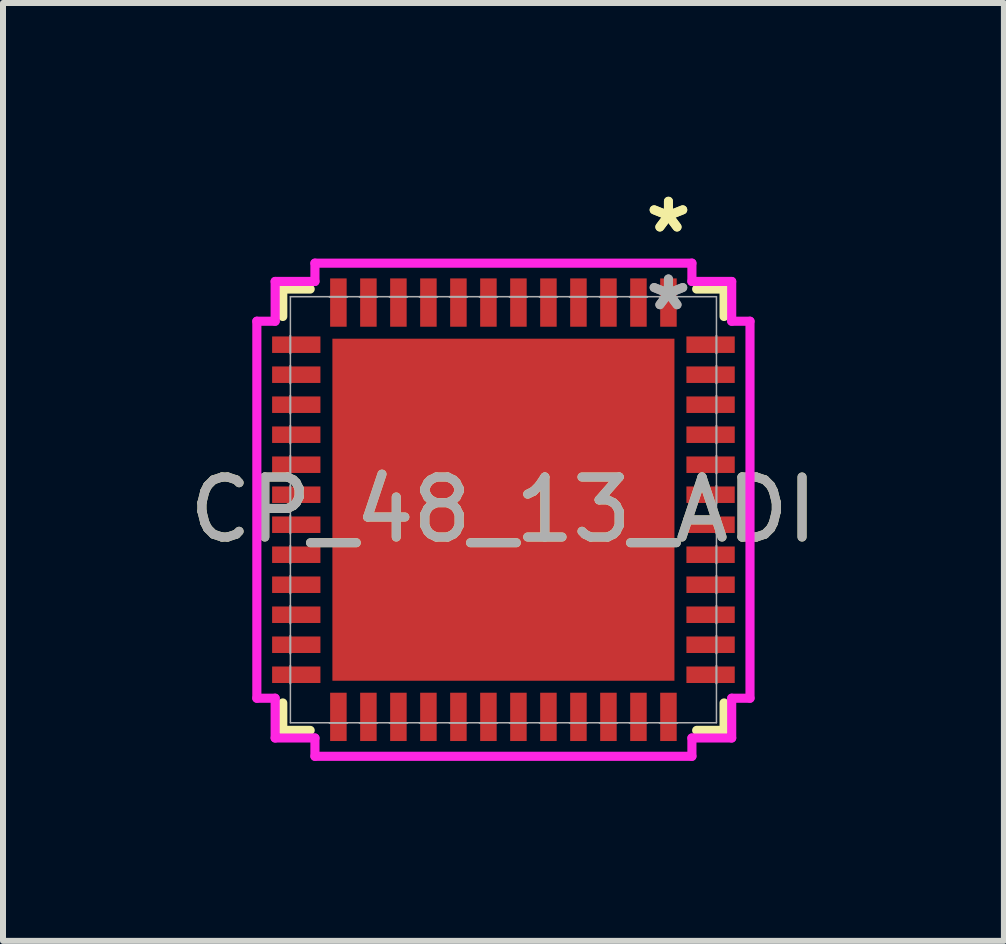
<source format=kicad_pcb>
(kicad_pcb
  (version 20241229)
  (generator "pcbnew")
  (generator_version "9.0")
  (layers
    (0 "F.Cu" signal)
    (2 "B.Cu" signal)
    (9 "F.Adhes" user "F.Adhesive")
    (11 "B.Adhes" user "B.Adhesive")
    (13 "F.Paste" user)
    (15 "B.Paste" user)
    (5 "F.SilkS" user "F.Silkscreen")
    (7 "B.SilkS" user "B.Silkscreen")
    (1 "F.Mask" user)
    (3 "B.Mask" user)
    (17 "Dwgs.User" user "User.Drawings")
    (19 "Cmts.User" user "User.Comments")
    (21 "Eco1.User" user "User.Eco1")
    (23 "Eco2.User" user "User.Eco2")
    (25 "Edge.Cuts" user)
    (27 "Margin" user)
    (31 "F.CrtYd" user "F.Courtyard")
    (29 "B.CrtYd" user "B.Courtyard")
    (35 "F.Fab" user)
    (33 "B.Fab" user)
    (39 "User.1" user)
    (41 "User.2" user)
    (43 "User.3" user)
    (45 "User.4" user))
  (footprint "CP_48_13_ADI"
    (layer "F.Cu")
    (at 5.339 5.444)
    (property "Reference" "CP_48_13_ADI" (at 0 0 0) (unlocked yes) (layer "F.SilkS") (effects (font (size 1 1) (thickness 0.15))))
    (attr smd)
    (fp_line (start -3.677 -3.677) (end -3.677 -3.22) (stroke (width 0.152) (type solid)) (layer "F.SilkS"))
    (fp_line (start -3.677 3.22) (end -3.677 3.677) (stroke (width 0.152) (type solid)) (layer "F.SilkS"))
    (fp_line (start -3.677 3.677) (end -3.22 3.677) (stroke (width 0.152) (type solid)) (layer "F.SilkS"))
    (fp_line (start -3.22 -3.677) (end -3.677 -3.677) (stroke (width 0.152) (type solid)) (layer "F.SilkS"))
    (fp_line (start 3.22 3.677) (end 3.677 3.677) (stroke (width 0.152) (type solid)) (layer "F.SilkS"))
    (fp_line (start 3.677 -3.677) (end 3.22 -3.677) (stroke (width 0.152) (type solid)) (layer "F.SilkS"))
    (fp_line (start 3.677 -3.22) (end 3.677 -3.677) (stroke (width 0.152) (type solid)) (layer "F.SilkS"))
    (fp_line (start 3.677 3.677) (end 3.677 3.22) (stroke (width 0.152) (type solid)) (layer "F.SilkS"))
    (fp_poly (pts (xy -2.75 -2.75) (xy -2.75 -1.525) (xy -1.525 -1.525) (xy -1.525 -2.75)) (stroke (width 0) (type solid)) (fill yes) (layer "F.Paste"))
    (fp_poly (pts (xy -2.75 -1.325) (xy -2.75 -0.1) (xy -1.525 -0.1) (xy -1.525 -1.325)) (stroke (width 0) (type solid)) (fill yes) (layer "F.Paste"))
    (fp_poly (pts (xy -2.75 0.1) (xy -2.75 1.325) (xy -1.525 1.325) (xy -1.525 0.1)) (stroke (width 0) (type solid)) (fill yes) (layer "F.Paste"))
    (fp_poly (pts (xy -2.75 1.525) (xy -2.75 2.75) (xy -1.525 2.75) (xy -1.525 1.525)) (stroke (width 0) (type solid)) (fill yes) (layer "F.Paste"))
    (fp_poly (pts (xy -1.325 -2.75) (xy -1.325 -1.525) (xy -0.1 -1.525) (xy -0.1 -2.75)) (stroke (width 0) (type solid)) (fill yes) (layer "F.Paste"))
    (fp_poly (pts (xy -1.325 -1.325) (xy -1.325 -0.1) (xy -0.1 -0.1) (xy -0.1 -1.325)) (stroke (width 0) (type solid)) (fill yes) (layer "F.Paste"))
    (fp_poly (pts (xy -1.325 0.1) (xy -1.325 1.325) (xy -0.1 1.325) (xy -0.1 0.1)) (stroke (width 0) (type solid)) (fill yes) (layer "F.Paste"))
    (fp_poly (pts (xy -1.325 1.525) (xy -1.325 2.75) (xy -0.1 2.75) (xy -0.1 1.525)) (stroke (width 0) (type solid)) (fill yes) (layer "F.Paste"))
    (fp_poly (pts (xy 0.1 -2.75) (xy 0.1 -1.525) (xy 1.325 -1.525) (xy 1.325 -2.75)) (stroke (width 0) (type solid)) (fill yes) (layer "F.Paste"))
    (fp_poly (pts (xy 0.1 -1.325) (xy 0.1 -0.1) (xy 1.325 -0.1) (xy 1.325 -1.325)) (stroke (width 0) (type solid)) (fill yes) (layer "F.Paste"))
    (fp_poly (pts (xy 0.1 0.1) (xy 0.1 1.325) (xy 1.325 1.325) (xy 1.325 0.1)) (stroke (width 0) (type solid)) (fill yes) (layer "F.Paste"))
    (fp_poly (pts (xy 0.1 1.525) (xy 0.1 2.75) (xy 1.325 2.75) (xy 1.325 1.525)) (stroke (width 0) (type solid)) (fill yes) (layer "F.Paste"))
    (fp_poly (pts (xy 1.525 -2.75) (xy 1.525 -1.525) (xy 2.75 -1.525) (xy 2.75 -2.75)) (stroke (width 0) (type solid)) (fill yes) (layer "F.Paste"))
    (fp_poly (pts (xy 1.525 -1.325) (xy 1.525 -0.1) (xy 2.75 -0.1) (xy 2.75 -1.325)) (stroke (width 0) (type solid)) (fill yes) (layer "F.Paste"))
    (fp_poly (pts (xy 1.525 0.1) (xy 1.525 1.325) (xy 2.75 1.325) (xy 2.75 0.1)) (stroke (width 0) (type solid)) (fill yes) (layer "F.Paste"))
    (fp_poly (pts (xy 1.525 1.525) (xy 1.525 2.75) (xy 2.75 2.75) (xy 2.75 1.525)) (stroke (width 0) (type solid)) (fill yes) (layer "F.Paste"))
    (fp_line (start -4.109 -3.141) (end -3.804 -3.141) (stroke (width 0.152) (type solid)) (layer "F.CrtYd"))
    (fp_line (start -4.109 3.141) (end -4.109 -3.141) (stroke (width 0.152) (type solid)) (layer "F.CrtYd"))
    (fp_line (start -3.804 -3.804) (end -3.141 -3.804) (stroke (width 0.152) (type solid)) (layer "F.CrtYd"))
    (fp_line (start -3.804 -3.141) (end -3.804 -3.804) (stroke (width 0.152) (type solid)) (layer "F.CrtYd"))
    (fp_line (start -3.804 3.141) (end -4.109 3.141) (stroke (width 0.152) (type solid)) (layer "F.CrtYd"))
    (fp_line (start -3.804 3.804) (end -3.804 3.141) (stroke (width 0.152) (type solid)) (layer "F.CrtYd"))
    (fp_line (start -3.141 -4.109) (end 3.141 -4.109) (stroke (width 0.152) (type solid)) (layer "F.CrtYd"))
    (fp_line (start -3.141 -3.804) (end -3.141 -4.109) (stroke (width 0.152) (type solid)) (layer "F.CrtYd"))
    (fp_line (start -3.141 3.804) (end -3.804 3.804) (stroke (width 0.152) (type solid)) (layer "F.CrtYd"))
    (fp_line (start -3.141 4.109) (end -3.141 3.804) (stroke (width 0.152) (type solid)) (layer "F.CrtYd"))
    (fp_line (start 3.141 -4.109) (end 3.141 -3.804) (stroke (width 0.152) (type solid)) (layer "F.CrtYd"))
    (fp_line (start 3.141 -3.804) (end 3.804 -3.804) (stroke (width 0.152) (type solid)) (layer "F.CrtYd"))
    (fp_line (start 3.141 3.804) (end 3.141 4.109) (stroke (width 0.152) (type solid)) (layer "F.CrtYd"))
    (fp_line (start 3.141 4.109) (end -3.141 4.109) (stroke (width 0.152) (type solid)) (layer "F.CrtYd"))
    (fp_line (start 3.804 -3.804) (end 3.804 -3.141) (stroke (width 0.152) (type solid)) (layer "F.CrtYd"))
    (fp_line (start 3.804 -3.141) (end 4.109 -3.141) (stroke (width 0.152) (type solid)) (layer "F.CrtYd"))
    (fp_line (start 3.804 3.141) (end 3.804 3.804) (stroke (width 0.152) (type solid)) (layer "F.CrtYd"))
    (fp_line (start 3.804 3.804) (end 3.141 3.804) (stroke (width 0.152) (type solid)) (layer "F.CrtYd"))
    (fp_line (start 4.109 -3.141) (end 4.109 3.141) (stroke (width 0.152) (type solid)) (layer "F.CrtYd"))
    (fp_line (start 4.109 3.141) (end 3.804 3.141) (stroke (width 0.152) (type solid)) (layer "F.CrtYd"))
    (fp_line (start -3.55 -3.55) (end -3.55 3.55) (stroke (width 0.025) (type solid)) (layer "F.Fab"))
    (fp_line (start -3.55 -2.9) (end -3.55 -2.9) (stroke (width 0.025) (type solid)) (layer "F.Fab"))
    (fp_line (start -3.55 -2.9) (end -3.55 -2.6) (stroke (width 0.025) (type solid)) (layer "F.Fab"))
    (fp_line (start -3.55 -2.6) (end -3.55 -2.9) (stroke (width 0.025) (type solid)) (layer "F.Fab"))
    (fp_line (start -3.55 -2.6) (end -3.55 -2.6) (stroke (width 0.025) (type solid)) (layer "F.Fab"))
    (fp_line (start -3.55 -2.4) (end -3.55 -2.4) (stroke (width 0.025) (type solid)) (layer "F.Fab"))
    (fp_line (start -3.55 -2.4) (end -3.55 -2.1) (stroke (width 0.025) (type solid)) (layer "F.Fab"))
    (fp_line (start -3.55 -2.1) (end -3.55 -2.4) (stroke (width 0.025) (type solid)) (layer "F.Fab"))
    (fp_line (start -3.55 -2.1) (end -3.55 -2.1) (stroke (width 0.025) (type solid)) (layer "F.Fab"))
    (fp_line (start -3.55 -1.9) (end -3.55 -1.9) (stroke (width 0.025) (type solid)) (layer "F.Fab"))
    (fp_line (start -3.55 -1.9) (end -3.55 -1.6) (stroke (width 0.025) (type solid)) (layer "F.Fab"))
    (fp_line (start -3.55 -1.6) (end -3.55 -1.9) (stroke (width 0.025) (type solid)) (layer "F.Fab"))
    (fp_line (start -3.55 -1.6) (end -3.55 -1.6) (stroke (width 0.025) (type solid)) (layer "F.Fab"))
    (fp_line (start -3.55 -1.4) (end -3.55 -1.4) (stroke (width 0.025) (type solid)) (layer "F.Fab"))
    (fp_line (start -3.55 -1.4) (end -3.55 -1.1) (stroke (width 0.025) (type solid)) (layer "F.Fab"))
    (fp_line (start -3.55 -1.1) (end -3.55 -1.4) (stroke (width 0.025) (type solid)) (layer "F.Fab"))
    (fp_line (start -3.55 -1.1) (end -3.55 -1.1) (stroke (width 0.025) (type solid)) (layer "F.Fab"))
    (fp_line (start -3.55 -0.9) (end -3.55 -0.9) (stroke (width 0.025) (type solid)) (layer "F.Fab"))
    (fp_line (start -3.55 -0.9) (end -3.55 -0.6) (stroke (width 0.025) (type solid)) (layer "F.Fab"))
    (fp_line (start -3.55 -0.6) (end -3.55 -0.9) (stroke (width 0.025) (type solid)) (layer "F.Fab"))
    (fp_line (start -3.55 -0.6) (end -3.55 -0.6) (stroke (width 0.025) (type solid)) (layer "F.Fab"))
    (fp_line (start -3.55 -0.4) (end -3.55 -0.4) (stroke (width 0.025) (type solid)) (layer "F.Fab"))
    (fp_line (start -3.55 -0.4) (end -3.55 -0.1) (stroke (width 0.025) (type solid)) (layer "F.Fab"))
    (fp_line (start -3.55 -0.1) (end -3.55 -0.4) (stroke (width 0.025) (type solid)) (layer "F.Fab"))
    (fp_line (start -3.55 -0.1) (end -3.55 -0.1) (stroke (width 0.025) (type solid)) (layer "F.Fab"))
    (fp_line (start -3.55 0.1) (end -3.55 0.1) (stroke (width 0.025) (type solid)) (layer "F.Fab"))
    (fp_line (start -3.55 0.1) (end -3.55 0.4) (stroke (width 0.025) (type solid)) (layer "F.Fab"))
    (fp_line (start -3.55 0.4) (end -3.55 0.1) (stroke (width 0.025) (type solid)) (layer "F.Fab"))
    (fp_line (start -3.55 0.4) (end -3.55 0.4) (stroke (width 0.025) (type solid)) (layer "F.Fab"))
    (fp_line (start -3.55 0.6) (end -3.55 0.6) (stroke (width 0.025) (type solid)) (layer "F.Fab"))
    (fp_line (start -3.55 0.6) (end -3.55 0.9) (stroke (width 0.025) (type solid)) (layer "F.Fab"))
    (fp_line (start -3.55 0.9) (end -3.55 0.6) (stroke (width 0.025) (type solid)) (layer "F.Fab"))
    (fp_line (start -3.55 0.9) (end -3.55 0.9) (stroke (width 0.025) (type solid)) (layer "F.Fab"))
    (fp_line (start -3.55 1.1) (end -3.55 1.1) (stroke (width 0.025) (type solid)) (layer "F.Fab"))
    (fp_line (start -3.55 1.1) (end -3.55 1.4) (stroke (width 0.025) (type solid)) (layer "F.Fab"))
    (fp_line (start -3.55 1.4) (end -3.55 1.1) (stroke (width 0.025) (type solid)) (layer "F.Fab"))
    (fp_line (start -3.55 1.4) (end -3.55 1.4) (stroke (width 0.025) (type solid)) (layer "F.Fab"))
    (fp_line (start -3.55 1.6) (end -3.55 1.6) (stroke (width 0.025) (type solid)) (layer "F.Fab"))
    (fp_line (start -3.55 1.6) (end -3.55 1.9) (stroke (width 0.025) (type solid)) (layer "F.Fab"))
    (fp_line (start -3.55 1.9) (end -3.55 1.6) (stroke (width 0.025) (type solid)) (layer "F.Fab"))
    (fp_line (start -3.55 1.9) (end -3.55 1.9) (stroke (width 0.025) (type solid)) (layer "F.Fab"))
    (fp_line (start -3.55 2.1) (end -3.55 2.1) (stroke (width 0.025) (type solid)) (layer "F.Fab"))
    (fp_line (start -3.55 2.1) (end -3.55 2.4) (stroke (width 0.025) (type solid)) (layer "F.Fab"))
    (fp_line (start -3.55 2.4) (end -3.55 2.1) (stroke (width 0.025) (type solid)) (layer "F.Fab"))
    (fp_line (start -3.55 2.4) (end -3.55 2.4) (stroke (width 0.025) (type solid)) (layer "F.Fab"))
    (fp_line (start -3.55 2.6) (end -3.55 2.6) (stroke (width 0.025) (type solid)) (layer "F.Fab"))
    (fp_line (start -3.55 2.6) (end -3.55 2.9) (stroke (width 0.025) (type solid)) (layer "F.Fab"))
    (fp_line (start -3.55 2.9) (end -3.55 2.6) (stroke (width 0.025) (type solid)) (layer "F.Fab"))
    (fp_line (start -3.55 2.9) (end -3.55 2.9) (stroke (width 0.025) (type solid)) (layer "F.Fab"))
    (fp_line (start -3.55 3.55) (end 3.55 3.55) (stroke (width 0.025) (type solid)) (layer "F.Fab"))
    (fp_line (start -2.9 -3.55) (end -2.9 -3.55) (stroke (width 0.025) (type solid)) (layer "F.Fab"))
    (fp_line (start -2.9 -3.55) (end -2.6 -3.55) (stroke (width 0.025) (type solid)) (layer "F.Fab"))
    (fp_line (start -2.9 3.55) (end -2.9 3.55) (stroke (width 0.025) (type solid)) (layer "F.Fab"))
    (fp_line (start -2.9 3.55) (end -2.6 3.55) (stroke (width 0.025) (type solid)) (layer "F.Fab"))
    (fp_line (start -2.6 -3.55) (end -2.9 -3.55) (stroke (width 0.025) (type solid)) (layer "F.Fab"))
    (fp_line (start -2.6 -3.55) (end -2.6 -3.55) (stroke (width 0.025) (type solid)) (layer "F.Fab"))
    (fp_line (start -2.6 3.55) (end -2.9 3.55) (stroke (width 0.025) (type solid)) (layer "F.Fab"))
    (fp_line (start -2.6 3.55) (end -2.6 3.55) (stroke (width 0.025) (type solid)) (layer "F.Fab"))
    (fp_line (start -2.4 -3.55) (end -2.4 -3.55) (stroke (width 0.025) (type solid)) (layer "F.Fab"))
    (fp_line (start -2.4 -3.55) (end -2.1 -3.55) (stroke (width 0.025) (type solid)) (layer "F.Fab"))
    (fp_line (start -2.4 3.55) (end -2.4 3.55) (stroke (width 0.025) (type solid)) (layer "F.Fab"))
    (fp_line (start -2.4 3.55) (end -2.1 3.55) (stroke (width 0.025) (type solid)) (layer "F.Fab"))
    (fp_line (start -2.1 -3.55) (end -2.4 -3.55) (stroke (width 0.025) (type solid)) (layer "F.Fab"))
    (fp_line (start -2.1 -3.55) (end -2.1 -3.55) (stroke (width 0.025) (type solid)) (layer "F.Fab"))
    (fp_line (start -2.1 3.55) (end -2.4 3.55) (stroke (width 0.025) (type solid)) (layer "F.Fab"))
    (fp_line (start -2.1 3.55) (end -2.1 3.55) (stroke (width 0.025) (type solid)) (layer "F.Fab"))
    (fp_line (start -1.9 -3.55) (end -1.9 -3.55) (stroke (width 0.025) (type solid)) (layer "F.Fab"))
    (fp_line (start -1.9 -3.55) (end -1.6 -3.55) (stroke (width 0.025) (type solid)) (layer "F.Fab"))
    (fp_line (start -1.9 3.55) (end -1.9 3.55) (stroke (width 0.025) (type solid)) (layer "F.Fab"))
    (fp_line (start -1.9 3.55) (end -1.6 3.55) (stroke (width 0.025) (type solid)) (layer "F.Fab"))
    (fp_line (start -1.6 -3.55) (end -1.9 -3.55) (stroke (width 0.025) (type solid)) (layer "F.Fab"))
    (fp_line (start -1.6 -3.55) (end -1.6 -3.55) (stroke (width 0.025) (type solid)) (layer "F.Fab"))
    (fp_line (start -1.6 3.55) (end -1.9 3.55) (stroke (width 0.025) (type solid)) (layer "F.Fab"))
    (fp_line (start -1.6 3.55) (end -1.6 3.55) (stroke (width 0.025) (type solid)) (layer "F.Fab"))
    (fp_line (start -1.4 -3.55) (end -1.4 -3.55) (stroke (width 0.025) (type solid)) (layer "F.Fab"))
    (fp_line (start -1.4 -3.55) (end -1.1 -3.55) (stroke (width 0.025) (type solid)) (layer "F.Fab"))
    (fp_line (start -1.4 3.55) (end -1.4 3.55) (stroke (width 0.025) (type solid)) (layer "F.Fab"))
    (fp_line (start -1.4 3.55) (end -1.1 3.55) (stroke (width 0.025) (type solid)) (layer "F.Fab"))
    (fp_line (start -1.1 -3.55) (end -1.4 -3.55) (stroke (width 0.025) (type solid)) (layer "F.Fab"))
    (fp_line (start -1.1 -3.55) (end -1.1 -3.55) (stroke (width 0.025) (type solid)) (layer "F.Fab"))
    (fp_line (start -1.1 3.55) (end -1.4 3.55) (stroke (width 0.025) (type solid)) (layer "F.Fab"))
    (fp_line (start -1.1 3.55) (end -1.1 3.55) (stroke (width 0.025) (type solid)) (layer "F.Fab"))
    (fp_line (start -0.9 -3.55) (end -0.9 -3.55) (stroke (width 0.025) (type solid)) (layer "F.Fab"))
    (fp_line (start -0.9 -3.55) (end -0.6 -3.55) (stroke (width 0.025) (type solid)) (layer "F.Fab"))
    (fp_line (start -0.9 3.55) (end -0.9 3.55) (stroke (width 0.025) (type solid)) (layer "F.Fab"))
    (fp_line (start -0.9 3.55) (end -0.6 3.55) (stroke (width 0.025) (type solid)) (layer "F.Fab"))
    (fp_line (start -0.6 -3.55) (end -0.9 -3.55) (stroke (width 0.025) (type solid)) (layer "F.Fab"))
    (fp_line (start -0.6 -3.55) (end -0.6 -3.55) (stroke (width 0.025) (type solid)) (layer "F.Fab"))
    (fp_line (start -0.6 3.55) (end -0.9 3.55) (stroke (width 0.025) (type solid)) (layer "F.Fab"))
    (fp_line (start -0.6 3.55) (end -0.6 3.55) (stroke (width 0.025) (type solid)) (layer "F.Fab"))
    (fp_line (start -0.4 -3.55) (end -0.4 -3.55) (stroke (width 0.025) (type solid)) (layer "F.Fab"))
    (fp_line (start -0.4 -3.55) (end -0.1 -3.55) (stroke (width 0.025) (type solid)) (layer "F.Fab"))
    (fp_line (start -0.4 3.55) (end -0.4 3.55) (stroke (width 0.025) (type solid)) (layer "F.Fab"))
    (fp_line (start -0.4 3.55) (end -0.1 3.55) (stroke (width 0.025) (type solid)) (layer "F.Fab"))
    (fp_line (start -0.1 -3.55) (end -0.4 -3.55) (stroke (width 0.025) (type solid)) (layer "F.Fab"))
    (fp_line (start -0.1 -3.55) (end -0.1 -3.55) (stroke (width 0.025) (type solid)) (layer "F.Fab"))
    (fp_line (start -0.1 3.55) (end -0.4 3.55) (stroke (width 0.025) (type solid)) (layer "F.Fab"))
    (fp_line (start -0.1 3.55) (end -0.1 3.55) (stroke (width 0.025) (type solid)) (layer "F.Fab"))
    (fp_line (start 0.1 -3.55) (end 0.1 -3.55) (stroke (width 0.025) (type solid)) (layer "F.Fab"))
    (fp_line (start 0.1 -3.55) (end 0.4 -3.55) (stroke (width 0.025) (type solid)) (layer "F.Fab"))
    (fp_line (start 0.1 3.55) (end 0.1 3.55) (stroke (width 0.025) (type solid)) (layer "F.Fab"))
    (fp_line (start 0.1 3.55) (end 0.4 3.55) (stroke (width 0.025) (type solid)) (layer "F.Fab"))
    (fp_line (start 0.4 -3.55) (end 0.1 -3.55) (stroke (width 0.025) (type solid)) (layer "F.Fab"))
    (fp_line (start 0.4 -3.55) (end 0.4 -3.55) (stroke (width 0.025) (type solid)) (layer "F.Fab"))
    (fp_line (start 0.4 3.55) (end 0.1 3.55) (stroke (width 0.025) (type solid)) (layer "F.Fab"))
    (fp_line (start 0.4 3.55) (end 0.4 3.55) (stroke (width 0.025) (type solid)) (layer "F.Fab"))
    (fp_line (start 0.6 -3.55) (end 0.6 -3.55) (stroke (width 0.025) (type solid)) (layer "F.Fab"))
    (fp_line (start 0.6 -3.55) (end 0.9 -3.55) (stroke (width 0.025) (type solid)) (layer "F.Fab"))
    (fp_line (start 0.6 3.55) (end 0.6 3.55) (stroke (width 0.025) (type solid)) (layer "F.Fab"))
    (fp_line (start 0.6 3.55) (end 0.9 3.55) (stroke (width 0.025) (type solid)) (layer "F.Fab"))
    (fp_line (start 0.9 -3.55) (end 0.6 -3.55) (stroke (width 0.025) (type solid)) (layer "F.Fab"))
    (fp_line (start 0.9 -3.55) (end 0.9 -3.55) (stroke (width 0.025) (type solid)) (layer "F.Fab"))
    (fp_line (start 0.9 3.55) (end 0.6 3.55) (stroke (width 0.025) (type solid)) (layer "F.Fab"))
    (fp_line (start 0.9 3.55) (end 0.9 3.55) (stroke (width 0.025) (type solid)) (layer "F.Fab"))
    (fp_line (start 1.1 -3.55) (end 1.1 -3.55) (stroke (width 0.025) (type solid)) (layer "F.Fab"))
    (fp_line (start 1.1 -3.55) (end 1.4 -3.55) (stroke (width 0.025) (type solid)) (layer "F.Fab"))
    (fp_line (start 1.1 3.55) (end 1.1 3.55) (stroke (width 0.025) (type solid)) (layer "F.Fab"))
    (fp_line (start 1.1 3.55) (end 1.4 3.55) (stroke (width 0.025) (type solid)) (layer "F.Fab"))
    (fp_line (start 1.4 -3.55) (end 1.1 -3.55) (stroke (width 0.025) (type solid)) (layer "F.Fab"))
    (fp_line (start 1.4 -3.55) (end 1.4 -3.55) (stroke (width 0.025) (type solid)) (layer "F.Fab"))
    (fp_line (start 1.4 3.55) (end 1.1 3.55) (stroke (width 0.025) (type solid)) (layer "F.Fab"))
    (fp_line (start 1.4 3.55) (end 1.4 3.55) (stroke (width 0.025) (type solid)) (layer "F.Fab"))
    (fp_line (start 1.6 -3.55) (end 1.6 -3.55) (stroke (width 0.025) (type solid)) (layer "F.Fab"))
    (fp_line (start 1.6 -3.55) (end 1.9 -3.55) (stroke (width 0.025) (type solid)) (layer "F.Fab"))
    (fp_line (start 1.6 3.55) (end 1.6 3.55) (stroke (width 0.025) (type solid)) (layer "F.Fab"))
    (fp_line (start 1.6 3.55) (end 1.9 3.55) (stroke (width 0.025) (type solid)) (layer "F.Fab"))
    (fp_line (start 1.9 -3.55) (end 1.6 -3.55) (stroke (width 0.025) (type solid)) (layer "F.Fab"))
    (fp_line (start 1.9 -3.55) (end 1.9 -3.55) (stroke (width 0.025) (type solid)) (layer "F.Fab"))
    (fp_line (start 1.9 3.55) (end 1.6 3.55) (stroke (width 0.025) (type solid)) (layer "F.Fab"))
    (fp_line (start 1.9 3.55) (end 1.9 3.55) (stroke (width 0.025) (type solid)) (layer "F.Fab"))
    (fp_line (start 2.1 -3.55) (end 2.1 -3.55) (stroke (width 0.025) (type solid)) (layer "F.Fab"))
    (fp_line (start 2.1 -3.55) (end 2.4 -3.55) (stroke (width 0.025) (type solid)) (layer "F.Fab"))
    (fp_line (start 2.1 3.55) (end 2.1 3.55) (stroke (width 0.025) (type solid)) (layer "F.Fab"))
    (fp_line (start 2.1 3.55) (end 2.4 3.55) (stroke (width 0.025) (type solid)) (layer "F.Fab"))
    (fp_line (start 2.4 -3.55) (end 2.1 -3.55) (stroke (width 0.025) (type solid)) (layer "F.Fab"))
    (fp_line (start 2.4 -3.55) (end 2.4 -3.55) (stroke (width 0.025) (type solid)) (layer "F.Fab"))
    (fp_line (start 2.4 3.55) (end 2.1 3.55) (stroke (width 0.025) (type solid)) (layer "F.Fab"))
    (fp_line (start 2.4 3.55) (end 2.4 3.55) (stroke (width 0.025) (type solid)) (layer "F.Fab"))
    (fp_line (start 2.6 -3.55) (end 2.6 -3.55) (stroke (width 0.025) (type solid)) (layer "F.Fab"))
    (fp_line (start 2.6 -3.55) (end 2.9 -3.55) (stroke (width 0.025) (type solid)) (layer "F.Fab"))
    (fp_line (start 2.6 3.55) (end 2.6 3.55) (stroke (width 0.025) (type solid)) (layer "F.Fab"))
    (fp_line (start 2.6 3.55) (end 2.9 3.55) (stroke (width 0.025) (type solid)) (layer "F.Fab"))
    (fp_line (start 2.9 -3.55) (end 2.6 -3.55) (stroke (width 0.025) (type solid)) (layer "F.Fab"))
    (fp_line (start 2.9 -3.55) (end 2.9 -3.55) (stroke (width 0.025) (type solid)) (layer "F.Fab"))
    (fp_line (start 2.9 3.55) (end 2.6 3.55) (stroke (width 0.025) (type solid)) (layer "F.Fab"))
    (fp_line (start 2.9 3.55) (end 2.9 3.55) (stroke (width 0.025) (type solid)) (layer "F.Fab"))
    (fp_line (start 3.55 -3.55) (end -3.55 -3.55) (stroke (width 0.025) (type solid)) (layer "F.Fab"))
    (fp_line (start 3.55 -2.9) (end 3.55 -2.9) (stroke (width 0.025) (type solid)) (layer "F.Fab"))
    (fp_line (start 3.55 -2.9) (end 3.55 -2.6) (stroke (width 0.025) (type solid)) (layer "F.Fab"))
    (fp_line (start 3.55 -2.6) (end 3.55 -2.9) (stroke (width 0.025) (type solid)) (layer "F.Fab"))
    (fp_line (start 3.55 -2.6) (end 3.55 -2.6) (stroke (width 0.025) (type solid)) (layer "F.Fab"))
    (fp_line (start 3.55 -2.4) (end 3.55 -2.4) (stroke (width 0.025) (type solid)) (layer "F.Fab"))
    (fp_line (start 3.55 -2.4) (end 3.55 -2.1) (stroke (width 0.025) (type solid)) (layer "F.Fab"))
    (fp_line (start 3.55 -2.1) (end 3.55 -2.4) (stroke (width 0.025) (type solid)) (layer "F.Fab"))
    (fp_line (start 3.55 -2.1) (end 3.55 -2.1) (stroke (width 0.025) (type solid)) (layer "F.Fab"))
    (fp_line (start 3.55 -1.9) (end 3.55 -1.9) (stroke (width 0.025) (type solid)) (layer "F.Fab"))
    (fp_line (start 3.55 -1.9) (end 3.55 -1.6) (stroke (width 0.025) (type solid)) (layer "F.Fab"))
    (fp_line (start 3.55 -1.6) (end 3.55 -1.9) (stroke (width 0.025) (type solid)) (layer "F.Fab"))
    (fp_line (start 3.55 -1.6) (end 3.55 -1.6) (stroke (width 0.025) (type solid)) (layer "F.Fab"))
    (fp_line (start 3.55 -1.4) (end 3.55 -1.4) (stroke (width 0.025) (type solid)) (layer "F.Fab"))
    (fp_line (start 3.55 -1.4) (end 3.55 -1.1) (stroke (width 0.025) (type solid)) (layer "F.Fab"))
    (fp_line (start 3.55 -1.1) (end 3.55 -1.4) (stroke (width 0.025) (type solid)) (layer "F.Fab"))
    (fp_line (start 3.55 -1.1) (end 3.55 -1.1) (stroke (width 0.025) (type solid)) (layer "F.Fab"))
    (fp_line (start 3.55 -0.9) (end 3.55 -0.9) (stroke (width 0.025) (type solid)) (layer "F.Fab"))
    (fp_line (start 3.55 -0.9) (end 3.55 -0.6) (stroke (width 0.025) (type solid)) (layer "F.Fab"))
    (fp_line (start 3.55 -0.6) (end 3.55 -0.9) (stroke (width 0.025) (type solid)) (layer "F.Fab"))
    (fp_line (start 3.55 -0.6) (end 3.55 -0.6) (stroke (width 0.025) (type solid)) (layer "F.Fab"))
    (fp_line (start 3.55 -0.4) (end 3.55 -0.4) (stroke (width 0.025) (type solid)) (layer "F.Fab"))
    (fp_line (start 3.55 -0.4) (end 3.55 -0.1) (stroke (width 0.025) (type solid)) (layer "F.Fab"))
    (fp_line (start 3.55 -0.1) (end 3.55 -0.4) (stroke (width 0.025) (type solid)) (layer "F.Fab"))
    (fp_line (start 3.55 -0.1) (end 3.55 -0.1) (stroke (width 0.025) (type solid)) (layer "F.Fab"))
    (fp_line (start 3.55 0.1) (end 3.55 0.1) (stroke (width 0.025) (type solid)) (layer "F.Fab"))
    (fp_line (start 3.55 0.1) (end 3.55 0.4) (stroke (width 0.025) (type solid)) (layer "F.Fab"))
    (fp_line (start 3.55 0.4) (end 3.55 0.1) (stroke (width 0.025) (type solid)) (layer "F.Fab"))
    (fp_line (start 3.55 0.4) (end 3.55 0.4) (stroke (width 0.025) (type solid)) (layer "F.Fab"))
    (fp_line (start 3.55 0.6) (end 3.55 0.6) (stroke (width 0.025) (type solid)) (layer "F.Fab"))
    (fp_line (start 3.55 0.6) (end 3.55 0.9) (stroke (width 0.025) (type solid)) (layer "F.Fab"))
    (fp_line (start 3.55 0.9) (end 3.55 0.6) (stroke (width 0.025) (type solid)) (layer "F.Fab"))
    (fp_line (start 3.55 0.9) (end 3.55 0.9) (stroke (width 0.025) (type solid)) (layer "F.Fab"))
    (fp_line (start 3.55 1.1) (end 3.55 1.1) (stroke (width 0.025) (type solid)) (layer "F.Fab"))
    (fp_line (start 3.55 1.1) (end 3.55 1.4) (stroke (width 0.025) (type solid)) (layer "F.Fab"))
    (fp_line (start 3.55 1.4) (end 3.55 1.1) (stroke (width 0.025) (type solid)) (layer "F.Fab"))
    (fp_line (start 3.55 1.4) (end 3.55 1.4) (stroke (width 0.025) (type solid)) (layer "F.Fab"))
    (fp_line (start 3.55 1.6) (end 3.55 1.6) (stroke (width 0.025) (type solid)) (layer "F.Fab"))
    (fp_line (start 3.55 1.6) (end 3.55 1.9) (stroke (width 0.025) (type solid)) (layer "F.Fab"))
    (fp_line (start 3.55 1.9) (end 3.55 1.6) (stroke (width 0.025) (type solid)) (layer "F.Fab"))
    (fp_line (start 3.55 1.9) (end 3.55 1.9) (stroke (width 0.025) (type solid)) (layer "F.Fab"))
    (fp_line (start 3.55 2.1) (end 3.55 2.1) (stroke (width 0.025) (type solid)) (layer "F.Fab"))
    (fp_line (start 3.55 2.1) (end 3.55 2.4) (stroke (width 0.025) (type solid)) (layer "F.Fab"))
    (fp_line (start 3.55 2.4) (end 3.55 2.1) (stroke (width 0.025) (type solid)) (layer "F.Fab"))
    (fp_line (start 3.55 2.4) (end 3.55 2.4) (stroke (width 0.025) (type solid)) (layer "F.Fab"))
    (fp_line (start 3.55 2.6) (end 3.55 2.6) (stroke (width 0.025) (type solid)) (layer "F.Fab"))
    (fp_line (start 3.55 2.6) (end 3.55 2.9) (stroke (width 0.025) (type solid)) (layer "F.Fab"))
    (fp_line (start 3.55 2.9) (end 3.55 2.6) (stroke (width 0.025) (type solid)) (layer "F.Fab"))
    (fp_line (start 3.55 2.9) (end 3.55 2.9) (stroke (width 0.025) (type solid)) (layer "F.Fab"))
    (fp_line (start 3.55 3.55) (end 3.55 -3.55) (stroke (width 0.025) (type solid)) (layer "F.Fab"))
    (fp_text user "*" (at 2.75 -4.595 0) (layer "F.SilkS") (effects (font (size 1 1) (thickness 0.15))))
    (fp_text user "*" (at 2.75 -4.595 0) (unlocked yes) (layer "F.SilkS") (effects (font (size 1 1) (thickness 0.15))))
    (fp_text user "*" (at 2.75 -3.3 0) (layer "F.Fab") (effects (font (size 1 1) (thickness 0.15))))
    (fp_text user "*" (at 2.75 -3.3 0) (unlocked yes) (layer "F.Fab") (effects (font (size 1 1) (thickness 0.15))))
    (fp_text user "${REFERENCE}" (at 0 0 0) (unlocked yes) (layer "F.Fab") (effects (font (size 1 1) (thickness 0.15))))
    (pad "1" smd rect (at 2.75 -3.452) (size 0.275 0.805) (layers "F.Cu" "F.Mask" "F.Paste"))
    (pad "2" smd rect (at 2.25 -3.452) (size 0.275 0.805) (layers "F.Cu" "F.Mask" "F.Paste"))
    (pad "3" smd rect (at 1.75 -3.452) (size 0.275 0.805) (layers "F.Cu" "F.Mask" "F.Paste"))
    (pad "4" smd rect (at 1.25 -3.452) (size 0.275 0.805) (layers "F.Cu" "F.Mask" "F.Paste"))
    (pad "5" smd rect (at 0.75 -3.452) (size 0.275 0.805) (layers "F.Cu" "F.Mask" "F.Paste"))
    (pad "6" smd rect (at 0.25 -3.452) (size 0.275 0.805) (layers "F.Cu" "F.Mask" "F.Paste"))
    (pad "7" smd rect (at -0.25 -3.452) (size 0.275 0.805) (layers "F.Cu" "F.Mask" "F.Paste"))
    (pad "8" smd rect (at -0.75 -3.452) (size 0.275 0.805) (layers "F.Cu" "F.Mask" "F.Paste"))
    (pad "9" smd rect (at -1.25 -3.452) (size 0.275 0.805) (layers "F.Cu" "F.Mask" "F.Paste"))
    (pad "10" smd rect (at -1.75 -3.452) (size 0.275 0.805) (layers "F.Cu" "F.Mask" "F.Paste"))
    (pad "11" smd rect (at -2.25 -3.452) (size 0.275 0.805) (layers "F.Cu" "F.Mask" "F.Paste"))
    (pad "12" smd rect (at -2.75 -3.452) (size 0.275 0.805) (layers "F.Cu" "F.Mask" "F.Paste"))
    (pad "13" smd rect (at -3.452 -2.75 90) (size 0.275 0.805) (layers "F.Cu" "F.Mask" "F.Paste"))
    (pad "14" smd rect (at -3.452 -2.25 90) (size 0.275 0.805) (layers "F.Cu" "F.Mask" "F.Paste"))
    (pad "15" smd rect (at -3.452 -1.75 90) (size 0.275 0.805) (layers "F.Cu" "F.Mask" "F.Paste"))
    (pad "16" smd rect (at -3.452 -1.25 90) (size 0.275 0.805) (layers "F.Cu" "F.Mask" "F.Paste"))
    (pad "17" smd rect (at -3.452 -0.75 90) (size 0.275 0.805) (layers "F.Cu" "F.Mask" "F.Paste"))
    (pad "18" smd rect (at -3.452 -0.25 90) (size 0.275 0.805) (layers "F.Cu" "F.Mask" "F.Paste"))
    (pad "19" smd rect (at -3.452 0.25 90) (size 0.275 0.805) (layers "F.Cu" "F.Mask" "F.Paste"))
    (pad "20" smd rect (at -3.452 0.75 90) (size 0.275 0.805) (layers "F.Cu" "F.Mask" "F.Paste"))
    (pad "21" smd rect (at -3.452 1.25 90) (size 0.275 0.805) (layers "F.Cu" "F.Mask" "F.Paste"))
    (pad "22" smd rect (at -3.452 1.75 90) (size 0.275 0.805) (layers "F.Cu" "F.Mask" "F.Paste"))
    (pad "23" smd rect (at -3.452 2.25 90) (size 0.275 0.805) (layers "F.Cu" "F.Mask" "F.Paste"))
    (pad "24" smd rect (at -3.452 2.75 90) (size 0.275 0.805) (layers "F.Cu" "F.Mask" "F.Paste"))
    (pad "25" smd rect (at -2.75 3.452) (size 0.275 0.805) (layers "F.Cu" "F.Mask" "F.Paste"))
    (pad "26" smd rect (at -2.25 3.452) (size 0.275 0.805) (layers "F.Cu" "F.Mask" "F.Paste"))
    (pad "27" smd rect (at -1.75 3.452) (size 0.275 0.805) (layers "F.Cu" "F.Mask" "F.Paste"))
    (pad "28" smd rect (at -1.25 3.452) (size 0.275 0.805) (layers "F.Cu" "F.Mask" "F.Paste"))
    (pad "29" smd rect (at -0.75 3.452) (size 0.275 0.805) (layers "F.Cu" "F.Mask" "F.Paste"))
    (pad "30" smd rect (at -0.25 3.452) (size 0.275 0.805) (layers "F.Cu" "F.Mask" "F.Paste"))
    (pad "31" smd rect (at 0.25 3.452) (size 0.275 0.805) (layers "F.Cu" "F.Mask" "F.Paste"))
    (pad "32" smd rect (at 0.75 3.452) (size 0.275 0.805) (layers "F.Cu" "F.Mask" "F.Paste"))
    (pad "33" smd rect (at 1.25 3.452) (size 0.275 0.805) (layers "F.Cu" "F.Mask" "F.Paste"))
    (pad "34" smd rect (at 1.75 3.452) (size 0.275 0.805) (layers "F.Cu" "F.Mask" "F.Paste"))
    (pad "35" smd rect (at 2.25 3.452) (size 0.275 0.805) (layers "F.Cu" "F.Mask" "F.Paste"))
    (pad "36" smd rect (at 2.75 3.452) (size 0.275 0.805) (layers "F.Cu" "F.Mask" "F.Paste"))
    (pad "37" smd rect (at 3.452 2.75 90) (size 0.275 0.805) (layers "F.Cu" "F.Mask" "F.Paste"))
    (pad "38" smd rect (at 3.452 2.25 90) (size 0.275 0.805) (layers "F.Cu" "F.Mask" "F.Paste"))
    (pad "39" smd rect (at 3.452 1.75 90) (size 0.275 0.805) (layers "F.Cu" "F.Mask" "F.Paste"))
    (pad "40" smd rect (at 3.452 1.25 90) (size 0.275 0.805) (layers "F.Cu" "F.Mask" "F.Paste"))
    (pad "41" smd rect (at 3.452 0.75 90) (size 0.275 0.805) (layers "F.Cu" "F.Mask" "F.Paste"))
    (pad "42" smd rect (at 3.452 0.25 90) (size 0.275 0.805) (layers "F.Cu" "F.Mask" "F.Paste"))
    (pad "43" smd rect (at 3.452 -0.25 90) (size 0.275 0.805) (layers "F.Cu" "F.Mask" "F.Paste"))
    (pad "44" smd rect (at 3.452 -0.75 90) (size 0.275 0.805) (layers "F.Cu" "F.Mask" "F.Paste"))
    (pad "45" smd rect (at 3.452 -1.25 90) (size 0.275 0.805) (layers "F.Cu" "F.Mask" "F.Paste"))
    (pad "46" smd rect (at 3.452 -1.75 90) (size 0.275 0.805) (layers "F.Cu" "F.Mask" "F.Paste"))
    (pad "47" smd rect (at 3.452 -2.25 90) (size 0.275 0.805) (layers "F.Cu" "F.Mask" "F.Paste"))
    (pad "48" smd rect (at 3.452 -2.75 90) (size 0.275 0.805) (layers "F.Cu" "F.Mask" "F.Paste"))
    (pad "HTAB" smd rect (at 0 0) (size 5.7 5.7) (layers "F.Cu" "F.Mask" "F.Paste")))
  (gr_rect
    (start -3 -3)
    (end 13.679 12.629)
    (stroke (width 0.1) (type default))
    (fill no)
    (layer "Edge.Cuts")))
</source>
